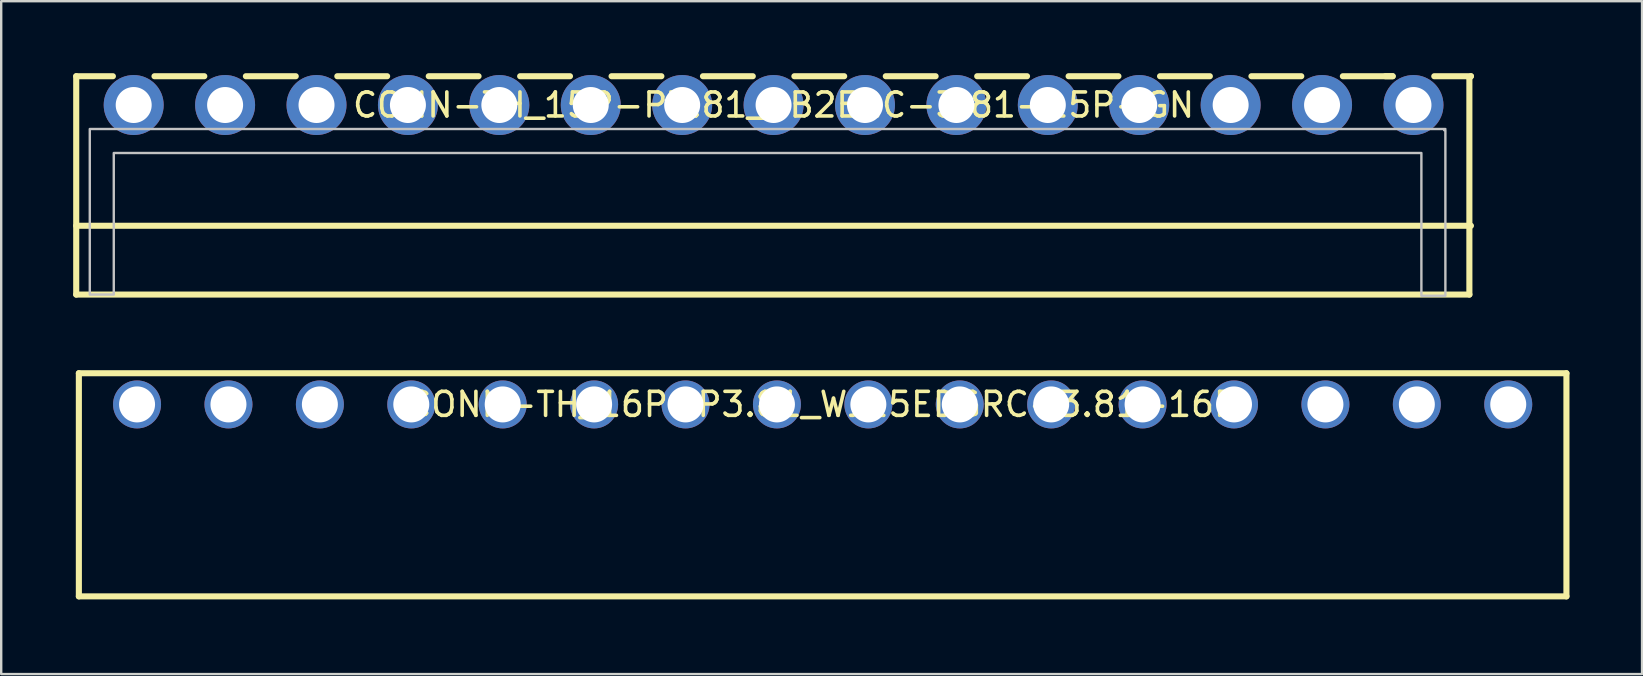
<source format=kicad_pcb>
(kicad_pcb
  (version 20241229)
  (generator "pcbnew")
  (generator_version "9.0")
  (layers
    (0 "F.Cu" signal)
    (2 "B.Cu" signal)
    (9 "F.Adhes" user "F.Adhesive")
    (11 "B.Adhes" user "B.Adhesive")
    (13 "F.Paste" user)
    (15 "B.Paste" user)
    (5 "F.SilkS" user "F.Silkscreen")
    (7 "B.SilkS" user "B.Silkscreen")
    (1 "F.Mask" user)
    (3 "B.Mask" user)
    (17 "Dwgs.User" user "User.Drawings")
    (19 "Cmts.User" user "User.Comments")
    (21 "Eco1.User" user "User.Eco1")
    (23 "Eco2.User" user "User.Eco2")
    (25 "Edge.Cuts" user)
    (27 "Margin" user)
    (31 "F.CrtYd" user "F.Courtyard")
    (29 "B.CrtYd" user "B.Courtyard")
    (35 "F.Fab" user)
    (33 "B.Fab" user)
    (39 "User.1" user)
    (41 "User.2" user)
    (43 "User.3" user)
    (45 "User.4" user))
  (footprint "CONN-TH_15P-P3.81_DB2ERC-3.81-15P-GN"
    (layer "F.Cu")
    (at 29.192 1.327)
    (property "Reference" "CONN-TH_15P-P3.81_DB2ERC-3.81-15P-GN" (at 0 0 0) (unlocked yes) (layer "F.SilkS") (effects (font (size 1 1) (thickness 0.15))))
    (fp_line (start -29.065 -1.2) (end -29.065 7.9) (stroke (width 0.254) (type default)) (layer "F.SilkS"))
    (fp_line (start -29.065 -1.2) (end -27.537 -1.2) (stroke (width 0.254) (type default)) (layer "F.SilkS"))
    (fp_line (start -29.065 5.032) (end 29.065 5.032) (stroke (width 0.254) (type default)) (layer "F.SilkS"))
    (fp_line (start -29.065 7.9) (end 29 7.9) (stroke (width 0.254) (type default)) (layer "F.SilkS"))
    (fp_line (start -25.803 -1.2) (end -23.727 -1.2) (stroke (width 0.254) (type default)) (layer "F.SilkS"))
    (fp_line (start -21.994 -1.2) (end -19.916 -1.2) (stroke (width 0.254) (type default)) (layer "F.SilkS"))
    (fp_line (start -18.183 -1.2) (end -16.107 -1.2) (stroke (width 0.254) (type default)) (layer "F.SilkS"))
    (fp_line (start -14.373 -1.2) (end -12.296 -1.2) (stroke (width 0.254) (type default)) (layer "F.SilkS"))
    (fp_line (start -10.563 -1.2) (end -8.486 -1.2) (stroke (width 0.254) (type default)) (layer "F.SilkS"))
    (fp_line (start -6.753 -1.2) (end -4.676 -1.2) (stroke (width 0.254) (type default)) (layer "F.SilkS"))
    (fp_line (start -2.943 -1.2) (end -0.867 -1.2) (stroke (width 0.254) (type default)) (layer "F.SilkS"))
    (fp_line (start 0.867 -1.2) (end 2.943 -1.2) (stroke (width 0.254) (type default)) (layer "F.SilkS"))
    (fp_line (start 4.676 -1.2) (end 6.753 -1.2) (stroke (width 0.254) (type default)) (layer "F.SilkS"))
    (fp_line (start 8.486 -1.2) (end 10.563 -1.2) (stroke (width 0.254) (type default)) (layer "F.SilkS"))
    (fp_line (start 12.296 -1.2) (end 14.373 -1.2) (stroke (width 0.254) (type default)) (layer "F.SilkS"))
    (fp_line (start 16.107 -1.2) (end 18.183 -1.2) (stroke (width 0.254) (type default)) (layer "F.SilkS"))
    (fp_line (start 19.916 -1.2) (end 21.994 -1.2) (stroke (width 0.254) (type default)) (layer "F.SilkS"))
    (fp_line (start 23.727 -1.2) (end 25.803 -1.2) (stroke (width 0.254) (type default)) (layer "F.SilkS"))
    (fp_line (start 25.803 -1.2) (end 25.498 -1.2) (stroke (width 0.254) (type default)) (layer "F.SilkS"))
    (fp_line (start 29 -1.135) (end 29.065 -1.2) (stroke (width 0.254) (type default)) (layer "F.SilkS"))
    (fp_line (start 29 7.9) (end 29 -1.135) (stroke (width 0.254) (type default)) (layer "F.SilkS"))
    (fp_line (start 29.065 -1.2) (end 27.537 -1.2) (stroke (width 0.254) (type default)) (layer "F.SilkS"))
    (fp_poly (pts (xy 27.95 1.05) (xy 28 1) (xy -27.5 1) (xy -28.5 1) (xy -28.5 7.9) (xy -27.5 7.9) (xy -27.5 2) (xy 27 2) (xy 27 7.95) (xy 28 7.95) (xy 28 1.05)) (stroke (width 0.1) (type default)) (fill no) (layer "Dwgs.User"))
    (fp_poly (pts (xy -27.07 -0.4) (xy -26.27 -0.4) (xy -26.27 0.4) (xy -27.07 0.4)) (stroke (width 0.1) (type default)) (fill no) (layer "User.1"))
    (fp_poly (pts (xy -23.26 -0.4) (xy -22.46 -0.4) (xy -22.46 0.4) (xy -23.26 0.4)) (stroke (width 0.1) (type default)) (fill no) (layer "User.1"))
    (fp_poly (pts (xy -19.45 -0.4) (xy -18.65 -0.4) (xy -18.65 0.4) (xy -19.45 0.4)) (stroke (width 0.1) (type default)) (fill no) (layer "User.1"))
    (fp_poly (pts (xy -15.64 -0.4) (xy -14.84 -0.4) (xy -14.84 0.4) (xy -15.64 0.4)) (stroke (width 0.1) (type default)) (fill no) (layer "User.1"))
    (fp_poly (pts (xy -11.83 -0.4) (xy -11.03 -0.4) (xy -11.03 0.4) (xy -11.83 0.4)) (stroke (width 0.1) (type default)) (fill no) (layer "User.1"))
    (fp_poly (pts (xy -8.02 -0.4) (xy -7.22 -0.4) (xy -7.22 0.4) (xy -8.02 0.4)) (stroke (width 0.1) (type default)) (fill no) (layer "User.1"))
    (fp_poly (pts (xy -4.21 -0.4) (xy -3.41 -0.4) (xy -3.41 0.4) (xy -4.21 0.4)) (stroke (width 0.1) (type default)) (fill no) (layer "User.1"))
    (fp_poly (pts (xy -0.4 -0.4) (xy 0.4 -0.4) (xy 0.4 0.4) (xy -0.4 0.4)) (stroke (width 0.1) (type default)) (fill no) (layer "User.1"))
    (fp_poly (pts (xy 3.41 -0.4) (xy 4.21 -0.4) (xy 4.21 0.4) (xy 3.41 0.4)) (stroke (width 0.1) (type default)) (fill no) (layer "User.1"))
    (fp_poly (pts (xy 7.22 -0.4) (xy 8.02 -0.4) (xy 8.02 0.4) (xy 7.22 0.4)) (stroke (width 0.1) (type default)) (fill no) (layer "User.1"))
    (fp_poly (pts (xy 11.03 -0.4) (xy 11.83 -0.4) (xy 11.83 0.4) (xy 11.03 0.4)) (stroke (width 0.1) (type default)) (fill no) (layer "User.1"))
    (fp_poly (pts (xy 14.84 -0.4) (xy 15.64 -0.4) (xy 15.64 0.4) (xy 14.84 0.4)) (stroke (width 0.1) (type default)) (fill no) (layer "User.1"))
    (fp_poly (pts (xy 18.65 -0.4) (xy 19.45 -0.4) (xy 19.45 0.4) (xy 18.65 0.4)) (stroke (width 0.1) (type default)) (fill no) (layer "User.1"))
    (fp_poly (pts (xy 22.46 -0.4) (xy 23.26 -0.4) (xy 23.26 0.4) (xy 22.46 0.4)) (stroke (width 0.1) (type default)) (fill no) (layer "User.1"))
    (fp_poly (pts (xy 26.27 -0.4) (xy 27.07 -0.4) (xy 27.07 0.4) (xy 26.27 0.4)) (stroke (width 0.1) (type default)) (fill no) (layer "User.1"))
    (fp_line (start -28.975 -1.3) (end 28.975 -1.3) (stroke (width 0.051) (type default)) (layer "User.2"))
    (fp_line (start -28.975 7.9) (end -28.975 -1.3) (stroke (width 0.051) (type default)) (layer "User.2"))
    (fp_line (start 28.975 -1.3) (end 28.975 7.9) (stroke (width 0.051) (type default)) (layer "User.2"))
    (fp_line (start 28.975 7.9) (end -28.975 7.9) (stroke (width 0.051) (type default)) (layer "User.2"))
    (fp_poly (pts (xy -28.915 7.9) (xy -28.933 7.858) (xy -28.975 7.84) (xy -29.017 7.858) (xy -29.035 7.9) (xy -29.017 7.942) (xy -28.975 7.96) (xy -28.933 7.942)) (stroke (width 0.1) (type default)) (fill no) (layer "User.3"))
    (pad "1" thru_hole circle (at -26.67 0) (size 2.5 2.5) (drill 1.5) (layers "*.Cu" "*.Mask"))
    (pad "2" thru_hole circle (at -22.86 0) (size 2.5 2.5) (drill 1.5) (layers "*.Cu" "*.Mask"))
    (pad "3" thru_hole circle (at -19.05 0) (size 2.5 2.5) (drill 1.5) (layers "*.Cu" "*.Mask"))
    (pad "4" thru_hole circle (at -15.24 0) (size 2.5 2.5) (drill 1.5) (layers "*.Cu" "*.Mask"))
    (pad "5" thru_hole circle (at -11.43 0) (size 2.5 2.5) (drill 1.5) (layers "*.Cu" "*.Mask"))
    (pad "6" thru_hole circle (at -7.62 0) (size 2.5 2.5) (drill 1.5) (layers "*.Cu" "*.Mask"))
    (pad "7" thru_hole circle (at -3.81 0) (size 2.5 2.5) (drill 1.5) (layers "*.Cu" "*.Mask"))
    (pad "8" thru_hole circle (at 0 0) (size 2.5 2.5) (drill 1.5) (layers "*.Cu" "*.Mask"))
    (pad "9" thru_hole circle (at 3.81 0) (size 2.5 2.5) (drill 1.5) (layers "*.Cu" "*.Mask"))
    (pad "10" thru_hole circle (at 7.62 0) (size 2.5 2.5) (drill 1.5) (layers "*.Cu" "*.Mask"))
    (pad "11" thru_hole circle (at 11.43 0) (size 2.5 2.5) (drill 1.5) (layers "*.Cu" "*.Mask"))
    (pad "12" thru_hole circle (at 15.24 0) (size 2.5 2.5) (drill 1.5) (layers "*.Cu" "*.Mask"))
    (pad "13" thru_hole circle (at 19.05 0) (size 2.5 2.5) (drill 1.5) (layers "*.Cu" "*.Mask"))
    (pad "14" thru_hole circle (at 22.86 0) (size 2.5 2.5) (drill 1.5) (layers "*.Cu" "*.Mask"))
    (pad "15" thru_hole circle (at 26.67 0) (size 2.5 2.5) (drill 1.5) (layers "*.Cu" "*.Mask")))
  (footprint "CONN-TH_16P-P3.81_WJ15EDGRC-3.81-16P"
    (layer "F.Cu")
    (at 31.237 13.806)
    (property "Reference" "CONN-TH_16P-P3.81_WJ15EDGRC-3.81-16P" (at 0 0 0) (unlocked yes) (layer "F.SilkS") (effects (font (size 1 1) (thickness 0.15))))
    (fp_line (start -31 -1.3) (end 31 -1.3) (stroke (width 0.254) (type default)) (layer "F.SilkS"))
    (fp_line (start -31 8) (end -31 -1.3) (stroke (width 0.254) (type default)) (layer "F.SilkS"))
    (fp_line (start 31 -1.3) (end 31 8) (stroke (width 0.254) (type default)) (layer "F.SilkS"))
    (fp_line (start 31 8) (end -31 8) (stroke (width 0.254) (type default)) (layer "F.SilkS"))
    (fp_poly (pts (xy -27.925 0) (xy -27.944 -0.156) (xy -27.999 -0.302) (xy -28.088 -0.431) (xy -28.206 -0.535) (xy -28.345 -0.608) (xy -28.497 -0.645) (xy -28.653 -0.645) (xy -28.805 -0.608) (xy -28.944 -0.535) (xy -29.062 -0.431) (xy -29.151 -0.302) (xy -29.206 -0.156) (xy -29.225 0) (xy -29.206 0.156) (xy -29.151 0.302) (xy -29.062 0.431) (xy -28.944 0.535) (xy -28.805 0.608) (xy -28.653 0.645) (xy -28.497 0.645) (xy -28.345 0.608) (xy -28.206 0.535) (xy -28.088 0.431) (xy -27.999 0.302) (xy -27.944 0.156)) (stroke (width 0.1) (type default)) (fill no) (layer "User.1"))
    (fp_poly (pts (xy -24.115 0) (xy -24.134 -0.156) (xy -24.189 -0.302) (xy -24.278 -0.431) (xy -24.396 -0.535) (xy -24.535 -0.608) (xy -24.687 -0.645) (xy -24.843 -0.645) (xy -24.995 -0.608) (xy -25.134 -0.535) (xy -25.252 -0.431) (xy -25.341 -0.302) (xy -25.396 -0.156) (xy -25.415 0) (xy -25.396 0.156) (xy -25.341 0.302) (xy -25.252 0.431) (xy -25.134 0.535) (xy -24.995 0.608) (xy -24.843 0.645) (xy -24.687 0.645) (xy -24.535 0.608) (xy -24.396 0.535) (xy -24.278 0.431) (xy -24.189 0.302) (xy -24.134 0.156)) (stroke (width 0.1) (type default)) (fill no) (layer "User.1"))
    (fp_poly (pts (xy -20.305 0) (xy -20.324 -0.156) (xy -20.379 -0.302) (xy -20.468 -0.431) (xy -20.586 -0.535) (xy -20.725 -0.608) (xy -20.877 -0.645) (xy -21.033 -0.645) (xy -21.185 -0.608) (xy -21.324 -0.535) (xy -21.442 -0.431) (xy -21.531 -0.302) (xy -21.586 -0.156) (xy -21.605 0) (xy -21.586 0.156) (xy -21.531 0.302) (xy -21.442 0.431) (xy -21.324 0.535) (xy -21.185 0.608) (xy -21.033 0.645) (xy -20.877 0.645) (xy -20.725 0.608) (xy -20.586 0.535) (xy -20.468 0.431) (xy -20.379 0.302) (xy -20.324 0.156)) (stroke (width 0.1) (type default)) (fill no) (layer "User.1"))
    (fp_poly (pts (xy -16.495 0) (xy -16.514 -0.156) (xy -16.569 -0.302) (xy -16.658 -0.431) (xy -16.776 -0.535) (xy -16.915 -0.608) (xy -17.067 -0.645) (xy -17.223 -0.645) (xy -17.375 -0.608) (xy -17.514 -0.535) (xy -17.632 -0.431) (xy -17.721 -0.302) (xy -17.776 -0.156) (xy -17.795 0) (xy -17.776 0.156) (xy -17.721 0.302) (xy -17.632 0.431) (xy -17.514 0.535) (xy -17.375 0.608) (xy -17.223 0.645) (xy -17.067 0.645) (xy -16.915 0.608) (xy -16.776 0.535) (xy -16.658 0.431) (xy -16.569 0.302) (xy -16.514 0.156)) (stroke (width 0.1) (type default)) (fill no) (layer "User.1"))
    (fp_poly (pts (xy -12.685 0) (xy -12.704 -0.156) (xy -12.759 -0.302) (xy -12.848 -0.431) (xy -12.966 -0.535) (xy -13.105 -0.608) (xy -13.257 -0.645) (xy -13.413 -0.645) (xy -13.565 -0.608) (xy -13.704 -0.535) (xy -13.822 -0.431) (xy -13.911 -0.302) (xy -13.966 -0.156) (xy -13.985 0) (xy -13.966 0.156) (xy -13.911 0.302) (xy -13.822 0.431) (xy -13.704 0.535) (xy -13.565 0.608) (xy -13.413 0.645) (xy -13.257 0.645) (xy -13.105 0.608) (xy -12.966 0.535) (xy -12.848 0.431) (xy -12.759 0.302) (xy -12.704 0.156)) (stroke (width 0.1) (type default)) (fill no) (layer "User.1"))
    (fp_poly (pts (xy -8.875 0) (xy -8.894 -0.156) (xy -8.949 -0.302) (xy -9.038 -0.431) (xy -9.156 -0.535) (xy -9.295 -0.608) (xy -9.447 -0.645) (xy -9.603 -0.645) (xy -9.755 -0.608) (xy -9.894 -0.535) (xy -10.012 -0.431) (xy -10.101 -0.302) (xy -10.156 -0.156) (xy -10.175 0) (xy -10.156 0.156) (xy -10.101 0.302) (xy -10.012 0.431) (xy -9.894 0.535) (xy -9.755 0.608) (xy -9.603 0.645) (xy -9.447 0.645) (xy -9.295 0.608) (xy -9.156 0.535) (xy -9.038 0.431) (xy -8.949 0.302) (xy -8.894 0.156)) (stroke (width 0.1) (type default)) (fill no) (layer "User.1"))
    (fp_poly (pts (xy -5.065 0) (xy -5.084 -0.156) (xy -5.139 -0.302) (xy -5.228 -0.431) (xy -5.346 -0.535) (xy -5.485 -0.608) (xy -5.637 -0.645) (xy -5.793 -0.645) (xy -5.945 -0.608) (xy -6.084 -0.535) (xy -6.202 -0.431) (xy -6.291 -0.302) (xy -6.346 -0.156) (xy -6.365 0) (xy -6.346 0.156) (xy -6.291 0.302) (xy -6.202 0.431) (xy -6.084 0.535) (xy -5.945 0.608) (xy -5.793 0.645) (xy -5.637 0.645) (xy -5.485 0.608) (xy -5.346 0.535) (xy -5.228 0.431) (xy -5.139 0.302) (xy -5.084 0.156)) (stroke (width 0.1) (type default)) (fill no) (layer "User.1"))
    (fp_poly (pts (xy -1.255 0) (xy -1.274 -0.156) (xy -1.329 -0.302) (xy -1.418 -0.431) (xy -1.536 -0.535) (xy -1.675 -0.608) (xy -1.827 -0.645) (xy -1.983 -0.645) (xy -2.135 -0.608) (xy -2.274 -0.535) (xy -2.392 -0.431) (xy -2.481 -0.302) (xy -2.536 -0.156) (xy -2.555 0) (xy -2.536 0.156) (xy -2.481 0.302) (xy -2.392 0.431) (xy -2.274 0.535) (xy -2.135 0.608) (xy -1.983 0.645) (xy -1.827 0.645) (xy -1.675 0.608) (xy -1.536 0.535) (xy -1.418 0.431) (xy -1.329 0.302) (xy -1.274 0.156)) (stroke (width 0.1) (type default)) (fill no) (layer "User.1"))
    (fp_poly (pts (xy 2.555 0) (xy 2.536 -0.156) (xy 2.481 -0.302) (xy 2.392 -0.431) (xy 2.274 -0.535) (xy 2.135 -0.608) (xy 1.983 -0.645) (xy 1.827 -0.645) (xy 1.675 -0.608) (xy 1.536 -0.535) (xy 1.418 -0.431) (xy 1.329 -0.302) (xy 1.274 -0.156) (xy 1.255 0) (xy 1.274 0.156) (xy 1.329 0.302) (xy 1.418 0.431) (xy 1.536 0.535) (xy 1.675 0.608) (xy 1.827 0.645) (xy 1.983 0.645) (xy 2.135 0.608) (xy 2.274 0.535) (xy 2.392 0.431) (xy 2.481 0.302) (xy 2.536 0.156)) (stroke (width 0.1) (type default)) (fill no) (layer "User.1"))
    (fp_poly (pts (xy 6.365 0) (xy 6.346 -0.156) (xy 6.291 -0.302) (xy 6.202 -0.431) (xy 6.084 -0.535) (xy 5.945 -0.608) (xy 5.793 -0.645) (xy 5.637 -0.645) (xy 5.485 -0.608) (xy 5.346 -0.535) (xy 5.228 -0.431) (xy 5.139 -0.302) (xy 5.084 -0.156) (xy 5.065 0) (xy 5.084 0.156) (xy 5.139 0.302) (xy 5.228 0.431) (xy 5.346 0.535) (xy 5.485 0.608) (xy 5.637 0.645) (xy 5.793 0.645) (xy 5.945 0.608) (xy 6.084 0.535) (xy 6.202 0.431) (xy 6.291 0.302) (xy 6.346 0.156)) (stroke (width 0.1) (type default)) (fill no) (layer "User.1"))
    (fp_poly (pts (xy 10.175 0) (xy 10.156 -0.156) (xy 10.101 -0.302) (xy 10.012 -0.431) (xy 9.894 -0.535) (xy 9.755 -0.608) (xy 9.603 -0.645) (xy 9.447 -0.645) (xy 9.295 -0.608) (xy 9.156 -0.535) (xy 9.038 -0.431) (xy 8.949 -0.302) (xy 8.894 -0.156) (xy 8.875 0) (xy 8.894 0.156) (xy 8.949 0.302) (xy 9.038 0.431) (xy 9.156 0.535) (xy 9.295 0.608) (xy 9.447 0.645) (xy 9.603 0.645) (xy 9.755 0.608) (xy 9.894 0.535) (xy 10.012 0.431) (xy 10.101 0.302) (xy 10.156 0.156)) (stroke (width 0.1) (type default)) (fill no) (layer "User.1"))
    (fp_poly (pts (xy 13.985 0) (xy 13.966 -0.156) (xy 13.911 -0.302) (xy 13.822 -0.431) (xy 13.704 -0.535) (xy 13.565 -0.608) (xy 13.413 -0.645) (xy 13.257 -0.645) (xy 13.105 -0.608) (xy 12.966 -0.535) (xy 12.848 -0.431) (xy 12.759 -0.302) (xy 12.704 -0.156) (xy 12.685 0) (xy 12.704 0.156) (xy 12.759 0.302) (xy 12.848 0.431) (xy 12.966 0.535) (xy 13.105 0.608) (xy 13.257 0.645) (xy 13.413 0.645) (xy 13.565 0.608) (xy 13.704 0.535) (xy 13.822 0.431) (xy 13.911 0.302) (xy 13.966 0.156)) (stroke (width 0.1) (type default)) (fill no) (layer "User.1"))
    (fp_poly (pts (xy 17.795 0) (xy 17.776 -0.156) (xy 17.721 -0.302) (xy 17.632 -0.431) (xy 17.514 -0.535) (xy 17.375 -0.608) (xy 17.223 -0.645) (xy 17.067 -0.645) (xy 16.915 -0.608) (xy 16.776 -0.535) (xy 16.658 -0.431) (xy 16.569 -0.302) (xy 16.514 -0.156) (xy 16.495 0) (xy 16.514 0.156) (xy 16.569 0.302) (xy 16.658 0.431) (xy 16.776 0.535) (xy 16.915 0.608) (xy 17.067 0.645) (xy 17.223 0.645) (xy 17.375 0.608) (xy 17.514 0.535) (xy 17.632 0.431) (xy 17.721 0.302) (xy 17.776 0.156)) (stroke (width 0.1) (type default)) (fill no) (layer "User.1"))
    (fp_poly (pts (xy 21.605 0) (xy 21.586 -0.156) (xy 21.531 -0.302) (xy 21.442 -0.431) (xy 21.324 -0.535) (xy 21.185 -0.608) (xy 21.033 -0.645) (xy 20.877 -0.645) (xy 20.725 -0.608) (xy 20.586 -0.535) (xy 20.468 -0.431) (xy 20.379 -0.302) (xy 20.324 -0.156) (xy 20.305 0) (xy 20.324 0.156) (xy 20.379 0.302) (xy 20.468 0.431) (xy 20.586 0.535) (xy 20.725 0.608) (xy 20.877 0.645) (xy 21.033 0.645) (xy 21.185 0.608) (xy 21.324 0.535) (xy 21.442 0.431) (xy 21.531 0.302) (xy 21.586 0.156)) (stroke (width 0.1) (type default)) (fill no) (layer "User.1"))
    (fp_poly (pts (xy 25.415 0) (xy 25.396 -0.156) (xy 25.341 -0.302) (xy 25.252 -0.431) (xy 25.134 -0.535) (xy 24.995 -0.608) (xy 24.843 -0.645) (xy 24.687 -0.645) (xy 24.535 -0.608) (xy 24.396 -0.535) (xy 24.278 -0.431) (xy 24.189 -0.302) (xy 24.134 -0.156) (xy 24.115 0) (xy 24.134 0.156) (xy 24.189 0.302) (xy 24.278 0.431) (xy 24.396 0.535) (xy 24.535 0.608) (xy 24.687 0.645) (xy 24.843 0.645) (xy 24.995 0.608) (xy 25.134 0.535) (xy 25.252 0.431) (xy 25.341 0.302) (xy 25.396 0.156)) (stroke (width 0.1) (type default)) (fill no) (layer "User.1"))
    (fp_poly (pts (xy 29.225 0) (xy 29.206 -0.156) (xy 29.151 -0.302) (xy 29.062 -0.431) (xy 28.944 -0.535) (xy 28.805 -0.608) (xy 28.653 -0.645) (xy 28.497 -0.645) (xy 28.345 -0.608) (xy 28.206 -0.535) (xy 28.088 -0.431) (xy 27.999 -0.302) (xy 27.944 -0.156) (xy 27.925 0) (xy 27.944 0.156) (xy 27.999 0.302) (xy 28.088 0.431) (xy 28.206 0.535) (xy 28.345 0.608) (xy 28.497 0.645) (xy 28.653 0.645) (xy 28.805 0.608) (xy 28.944 0.535) (xy 29.062 0.431) (xy 29.151 0.302) (xy 29.206 0.156)) (stroke (width 0.1) (type default)) (fill no) (layer "User.1"))
    (fp_line (start -31.127 -1.427) (end 31.127 -1.427) (stroke (width 0.051) (type default)) (layer "User.2"))
    (fp_line (start -31.127 8.127) (end -31.127 -1.427) (stroke (width 0.051) (type default)) (layer "User.2"))
    (fp_line (start 31.127 -1.427) (end 31.127 8.127) (stroke (width 0.051) (type default)) (layer "User.2"))
    (fp_line (start 31.127 8.127) (end -31.127 8.127) (stroke (width 0.051) (type default)) (layer "User.2"))
    (fp_poly (pts (xy -31.067 8.127) (xy -31.085 8.085) (xy -31.127 8.067) (xy -31.169 8.085) (xy -31.187 8.127) (xy -31.169 8.169) (xy -31.127 8.187) (xy -31.085 8.169)) (stroke (width 0.1) (type default)) (fill no) (layer "User.3"))
    (pad "1" thru_hole circle (at -28.575 0) (size 2 2) (drill 1.5) (layers "*.Cu" "*.Mask"))
    (pad "2" thru_hole circle (at -24.765 0) (size 2 2) (drill 1.5) (layers "*.Cu" "*.Mask"))
    (pad "3" thru_hole circle (at -20.955 0) (size 2 2) (drill 1.5) (layers "*.Cu" "*.Mask"))
    (pad "4" thru_hole circle (at -17.145 0) (size 2 2) (drill 1.5) (layers "*.Cu" "*.Mask"))
    (pad "5" thru_hole circle (at -13.335 0) (size 2 2) (drill 1.5) (layers "*.Cu" "*.Mask"))
    (pad "6" thru_hole circle (at -9.525 0) (size 2 2) (drill 1.5) (layers "*.Cu" "*.Mask"))
    (pad "7" thru_hole circle (at -5.715 0) (size 2 2) (drill 1.5) (layers "*.Cu" "*.Mask"))
    (pad "8" thru_hole circle (at -1.905 0) (size 2 2) (drill 1.5) (layers "*.Cu" "*.Mask"))
    (pad "9" thru_hole circle (at 1.905 0) (size 2 2) (drill 1.5) (layers "*.Cu" "*.Mask"))
    (pad "10" thru_hole circle (at 5.715 0) (size 2 2) (drill 1.5) (layers "*.Cu" "*.Mask"))
    (pad "11" thru_hole circle (at 9.525 0) (size 2 2) (drill 1.5) (layers "*.Cu" "*.Mask"))
    (pad "12" thru_hole circle (at 13.335 0) (size 2 2) (drill 1.5) (layers "*.Cu" "*.Mask"))
    (pad "13" thru_hole circle (at 17.145 0) (size 2 2) (drill 1.5) (layers "*.Cu" "*.Mask"))
    (pad "14" thru_hole circle (at 20.955 0) (size 2 2) (drill 1.5) (layers "*.Cu" "*.Mask"))
    (pad "15" thru_hole circle (at 24.765 0) (size 2 2) (drill 1.5) (layers "*.Cu" "*.Mask"))
    (pad "16" thru_hole circle (at 28.575 0) (size 2 2) (drill 1.5) (layers "*.Cu" "*.Mask")))
  (gr_rect
    (start -3 -3)
    (end 65.389 25.044)
    (stroke (width 0.1) (type default))
    (fill no)
    (layer "Edge.Cuts")))
</source>
